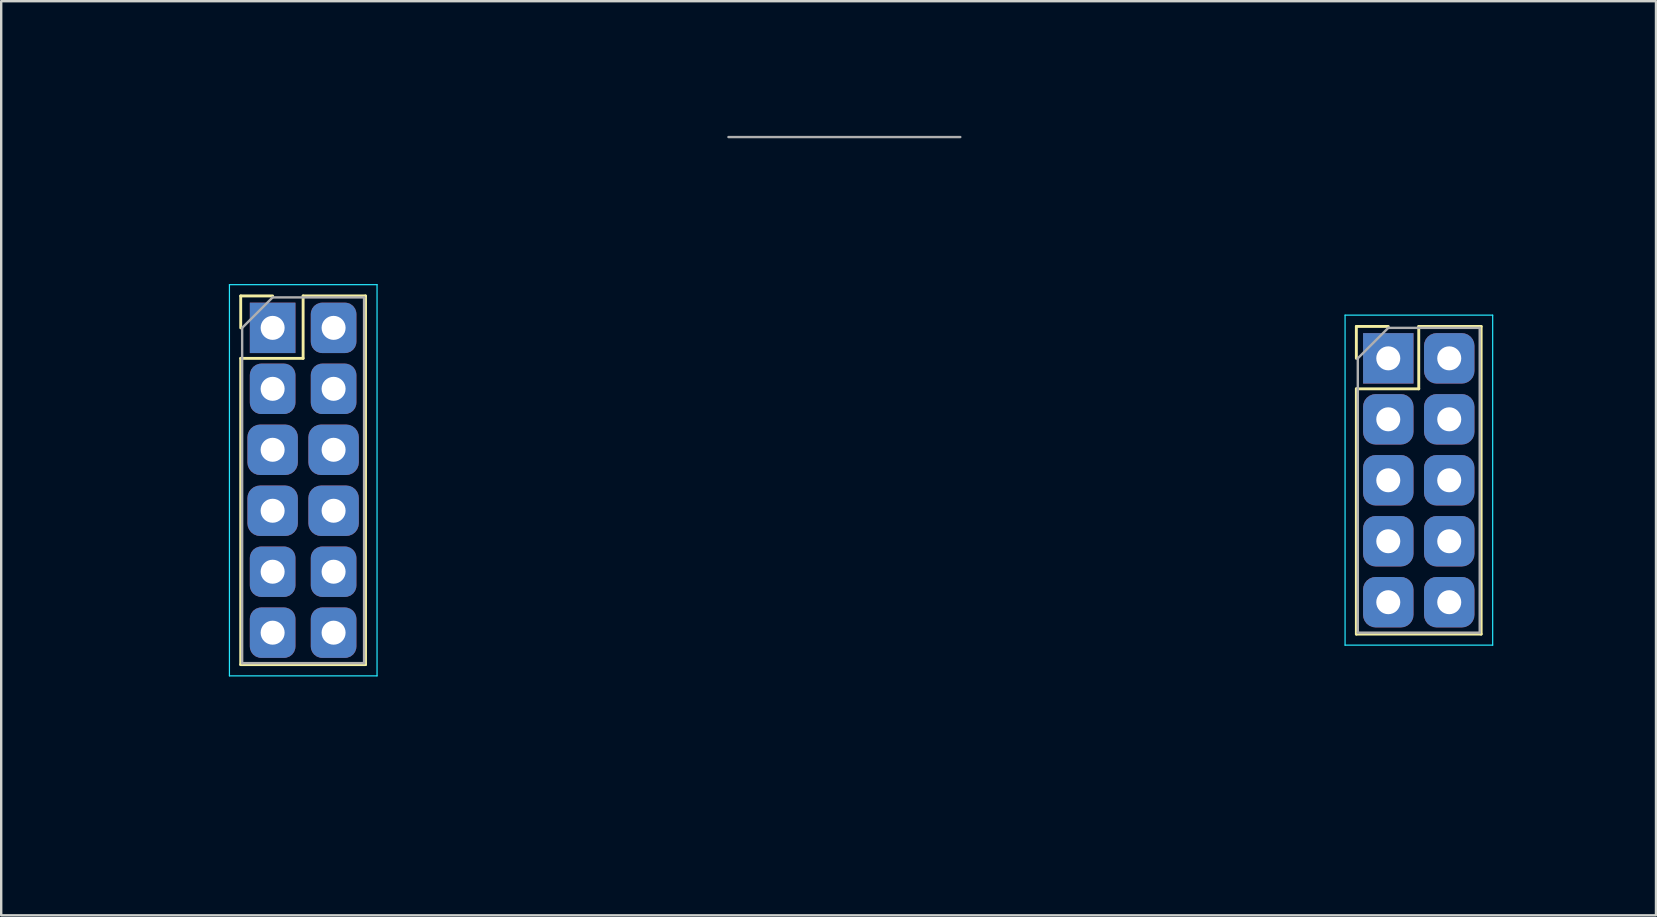
<source format=kicad_pcb>
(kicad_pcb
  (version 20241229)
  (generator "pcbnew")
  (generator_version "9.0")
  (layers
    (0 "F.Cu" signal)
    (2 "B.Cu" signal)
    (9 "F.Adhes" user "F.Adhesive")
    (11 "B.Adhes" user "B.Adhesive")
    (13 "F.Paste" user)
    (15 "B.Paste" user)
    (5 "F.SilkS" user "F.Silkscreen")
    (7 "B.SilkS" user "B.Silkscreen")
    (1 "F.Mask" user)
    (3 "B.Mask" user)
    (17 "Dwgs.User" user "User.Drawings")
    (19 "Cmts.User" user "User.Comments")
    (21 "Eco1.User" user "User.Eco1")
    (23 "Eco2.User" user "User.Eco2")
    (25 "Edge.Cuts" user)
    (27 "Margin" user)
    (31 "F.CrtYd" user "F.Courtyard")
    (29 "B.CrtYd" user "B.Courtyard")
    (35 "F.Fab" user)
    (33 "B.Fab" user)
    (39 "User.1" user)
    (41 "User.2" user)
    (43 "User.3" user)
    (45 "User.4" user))
  (footprint "ModuleDesign"
    (layer "F.Cu")
    (at 32.82 16.96)
    (property "Reference" "ModuleDesign" (at -27.6 -13.8 0) (layer "Eco2.User") (effects (font (size 1 1) (thickness 0.15))))
    (property "Value" "ModuleDesign" (at -22.1 -13.9 0) (layer "Eco2.User") (hide yes) (effects (font (size 1 1) (thickness 0.15))))
    (attr through_hole)
    (fp_line (start -25.841 -7.68) (end -24.511 -7.68) (stroke (width 0.12) (type solid)) (layer "F.SilkS"))
    (fp_line (start -25.841 -6.35) (end -25.841 -7.68) (stroke (width 0.12) (type solid)) (layer "F.SilkS"))
    (fp_line (start -25.841 -5.08) (end -25.841 7.68) (stroke (width 0.12) (type solid)) (layer "F.SilkS"))
    (fp_line (start -25.841 -5.08) (end -23.241 -5.08) (stroke (width 0.12) (type solid)) (layer "F.SilkS"))
    (fp_line (start -25.841 7.68) (end -20.641 7.68) (stroke (width 0.12) (type solid)) (layer "F.SilkS"))
    (fp_line (start -23.241 -7.68) (end -20.641 -7.68) (stroke (width 0.12) (type solid)) (layer "F.SilkS"))
    (fp_line (start -23.241 -5.08) (end -23.241 -7.68) (stroke (width 0.12) (type solid)) (layer "F.SilkS"))
    (fp_line (start -20.641 -7.68) (end -20.641 7.68) (stroke (width 0.12) (type solid)) (layer "F.SilkS"))
    (fp_line (start 20.641 -6.41) (end 21.971 -6.41) (stroke (width 0.12) (type solid)) (layer "F.SilkS"))
    (fp_line (start 20.641 -5.08) (end 20.641 -6.41) (stroke (width 0.12) (type solid)) (layer "F.SilkS"))
    (fp_line (start 20.641 -3.81) (end 20.641 6.41) (stroke (width 0.12) (type solid)) (layer "F.SilkS"))
    (fp_line (start 20.641 -3.81) (end 23.241 -3.81) (stroke (width 0.12) (type solid)) (layer "F.SilkS"))
    (fp_line (start 20.641 6.41) (end 25.841 6.41) (stroke (width 0.12) (type solid)) (layer "F.SilkS"))
    (fp_line (start 23.241 -6.41) (end 25.841 -6.41) (stroke (width 0.12) (type solid)) (layer "F.SilkS"))
    (fp_line (start 23.241 -3.81) (end 23.241 -6.41) (stroke (width 0.12) (type solid)) (layer "F.SilkS"))
    (fp_line (start 25.841 -6.41) (end 25.841 6.41) (stroke (width 0.12) (type solid)) (layer "F.SilkS"))
    (fp_line (start -30 -15) (end -30 15) (stroke (width 0.25) (type solid)) (layer "Eco2.User"))
    (fp_line (start -30 -15) (end 30 -15) (stroke (width 0.25) (type solid)) (layer "Eco2.User"))
    (fp_line (start -5.56 -6.3) (end -5.52 -14.3) (stroke (width 0.1) (type solid)) (layer "Eco2.User"))
    (fp_line (start -4.118 -9.245) (end -2.026 -11.338) (stroke (width 0.1) (type solid)) (layer "Eco2.User"))
    (fp_line (start -3.935 -9.062) (end -1.843 -11.155) (stroke (width 0.1) (type solid)) (layer "Eco2.User"))
    (fp_line (start -3.9 -16.8) (end -3.9 -13.8) (stroke (width 0.12) (type solid)) (layer "Eco2.User"))
    (fp_line (start -3.9 -13.8) (end -3.5 -13.3) (stroke (width 0.12) (type solid)) (layer "Eco2.User"))
    (fp_line (start -3.5 -13.3) (end -3.5 -11.5) (stroke (width 0.12) (type solid)) (layer "Eco2.User"))
    (fp_line (start -3.5 -11.5) (end -2.4 -11.5) (stroke (width 0.12) (type solid)) (layer "Eco2.User"))
    (fp_line (start -2.4 -13.3) (end -1.9 -13.9) (stroke (width 0.12) (type solid)) (layer "Eco2.User"))
    (fp_line (start -2.4 -11.5) (end -2.4 -13.3) (stroke (width 0.12) (type solid)) (layer "Eco2.User"))
    (fp_line (start -1.9 -16.8) (end -3.9 -16.8) (stroke (width 0.12) (type solid)) (layer "Eco2.User"))
    (fp_line (start -1.9 -13.9) (end -1.9 -16.8) (stroke (width 0.12) (type solid)) (layer "Eco2.User"))
    (fp_line (start 0.962 -9.245) (end 3.055 -11.338) (stroke (width 0.1) (type solid)) (layer "Eco2.User"))
    (fp_line (start 1.145 -9.062) (end 3.238 -11.155) (stroke (width 0.1) (type solid)) (layer "Eco2.User"))
    (fp_line (start 1.2 -16.9) (end 1.2 -13.9) (stroke (width 0.12) (type solid)) (layer "Eco2.User"))
    (fp_line (start 1.2 -13.9) (end 1.6 -13.4) (stroke (width 0.12) (type solid)) (layer "Eco2.User"))
    (fp_line (start 1.6 -13.4) (end 1.6 -11.6) (stroke (width 0.12) (type solid)) (layer "Eco2.User"))
    (fp_line (start 1.6 -11.6) (end 2.7 -11.6) (stroke (width 0.12) (type solid)) (layer "Eco2.User"))
    (fp_line (start 2.7 -13.4) (end 3.2 -14) (stroke (width 0.12) (type solid)) (layer "Eco2.User"))
    (fp_line (start 2.7 -11.6) (end 2.7 -13.4) (stroke (width 0.12) (type solid)) (layer "Eco2.User"))
    (fp_line (start 3.2 -16.9) (end 1.2 -16.9) (stroke (width 0.12) (type solid)) (layer "Eco2.User"))
    (fp_line (start 3.2 -14) (end 3.2 -16.9) (stroke (width 0.12) (type solid)) (layer "Eco2.User"))
    (fp_line (start 4.14 -14.3) (end 4.64 -13.8) (stroke (width 0.1) (type solid)) (layer "Eco2.User"))
    (fp_line (start 4.6 -6.3) (end -5.56 -6.3) (stroke (width 0.1) (type solid)) (layer "Eco2.User"))
    (fp_line (start 4.64 -14.3) (end -5.52 -14.3) (stroke (width 0.1) (type solid)) (layer "Eco2.User"))
    (fp_line (start 4.64 -14.3) (end 4.6 -6.3) (stroke (width 0.1) (type solid)) (layer "Eco2.User"))
    (fp_line (start 4.64 -12.8) (end -5.52 -12.8) (stroke (width 0.1) (type solid)) (layer "Eco2.User"))
    (fp_line (start 4.64 -7.9) (end -5.52 -7.9) (stroke (width 0.1) (type solid)) (layer "Eco2.User"))
    (fp_line (start 30 15) (end -30 15) (stroke (width 0.25) (type solid)) (layer "Eco2.User"))
    (fp_line (start 30 15) (end 30 -15) (stroke (width 0.25) (type solid)) (layer "Eco2.User"))
    (fp_circle (center -2.98 -10.2) (end -1.48 -10.2) (stroke (width 0.1) (type solid)) (fill no) (layer "Eco2.User"))
    (fp_circle (center 2.1 -10.2) (end 3.6 -10.2) (stroke (width 0.1) (type solid)) (fill no) (layer "Eco2.User"))
    (fp_line (start -26.311 -8.15) (end -26.311 8.15) (stroke (width 0.05) (type solid)) (layer "B.CrtYd"))
    (fp_line (start -26.311 8.15) (end -20.161 8.15) (stroke (width 0.05) (type solid)) (layer "B.CrtYd"))
    (fp_line (start -20.161 -8.15) (end -26.311 -8.15) (stroke (width 0.05) (type solid)) (layer "B.CrtYd"))
    (fp_line (start -20.161 8.15) (end -20.161 -8.15) (stroke (width 0.05) (type solid)) (layer "B.CrtYd"))
    (fp_line (start 20.171 -6.88) (end 20.171 6.87) (stroke (width 0.05) (type solid)) (layer "B.CrtYd"))
    (fp_line (start 20.171 6.87) (end 26.321 6.87) (stroke (width 0.05) (type solid)) (layer "B.CrtYd"))
    (fp_line (start 26.321 -6.88) (end 20.171 -6.88) (stroke (width 0.05) (type solid)) (layer "B.CrtYd"))
    (fp_line (start 26.321 6.87) (end 26.321 -6.88) (stroke (width 0.05) (type solid)) (layer "B.CrtYd"))
    (fp_line (start -25.781 -6.35) (end -24.511 -7.62) (stroke (width 0.1) (type solid)) (layer "F.Fab"))
    (fp_line (start -25.781 7.62) (end -25.781 -6.35) (stroke (width 0.1) (type solid)) (layer "F.Fab"))
    (fp_line (start -24.511 -7.62) (end -20.701 -7.62) (stroke (width 0.1) (type solid)) (layer "F.Fab"))
    (fp_line (start -20.701 -7.62) (end -20.701 7.62) (stroke (width 0.1) (type solid)) (layer "F.Fab"))
    (fp_line (start -20.701 7.62) (end -25.781 7.62) (stroke (width 0.1) (type solid)) (layer "F.Fab"))
    (fp_line (start -5.52 -14.3) (end 4.14 -14.3) (stroke (width 0.1) (type solid)) (layer "F.Fab"))
    (fp_line (start 20.701 -5.08) (end 21.971 -6.35) (stroke (width 0.1) (type solid)) (layer "F.Fab"))
    (fp_line (start 20.701 6.35) (end 20.701 -5.08) (stroke (width 0.1) (type solid)) (layer "F.Fab"))
    (fp_line (start 21.971 -6.35) (end 25.781 -6.35) (stroke (width 0.1) (type solid)) (layer "F.Fab"))
    (fp_line (start 25.781 -6.35) (end 25.781 6.35) (stroke (width 0.1) (type solid)) (layer "F.Fab"))
    (fp_line (start 25.781 6.35) (end 20.701 6.35) (stroke (width 0.1) (type solid)) (layer "F.Fab"))
    (fp_text user "${VALUE}" (at -0.3 -0.4 180) (layer "Eco2.User") (effects (font (size 3 3) (thickness 0.3))))
    (pad "1" thru_hole rect (at -24.511 -6.35) (size 1.9 2.1) (drill 1) (layers "*.Cu" "*.Mask"))
    (pad "2" thru_hole roundrect (at -21.971 -6.35) (size 1.9 2.1) (drill 1) (layers "*.Cu" "*.Mask") (roundrect_rratio 0.25))
    (pad "3" thru_hole roundrect (at -24.511 -3.81) (size 1.9 2.1) (drill 1) (layers "*.Cu" "*.Mask") (roundrect_rratio 0.25))
    (pad "4" thru_hole roundrect (at -21.971 -3.81) (size 1.9 2.1) (drill 1) (layers "*.Cu" "*.Mask") (roundrect_rratio 0.25))
    (pad "5" thru_hole roundrect (at -24.511 -1.27) (size 2.1 2.1) (drill 1) (layers "*.Cu" "*.Mask") (roundrect_rratio 0.25))
    (pad "6" thru_hole roundrect (at -21.971 -1.27) (size 2.1 2.1) (drill 1) (layers "*.Cu" "*.Mask") (roundrect_rratio 0.25))
    (pad "7" thru_hole roundrect (at -24.511 1.27) (size 2.1 2.1) (drill 1) (layers "*.Cu" "*.Mask") (roundrect_rratio 0.25))
    (pad "8" thru_hole roundrect (at -21.971 1.27) (size 2.1 2.1) (drill 1) (layers "*.Cu" "*.Mask") (roundrect_rratio 0.25))
    (pad "9" thru_hole roundrect (at -24.511 3.81) (size 1.9 2.1) (drill 1) (layers "*.Cu" "*.Mask") (roundrect_rratio 0.25))
    (pad "10" thru_hole roundrect (at -21.971 3.81) (size 1.9 2.1) (drill 1) (layers "*.Cu" "*.Mask") (roundrect_rratio 0.25))
    (pad "11" thru_hole roundrect (at -24.511 6.35) (size 1.9 2.1) (drill 1) (layers "*.Cu" "*.Mask") (roundrect_rratio 0.25))
    (pad "12" thru_hole roundrect (at -21.971 6.35) (size 1.9 2.1) (drill 1) (layers "*.Cu" "*.Mask") (roundrect_rratio 0.25))
    (pad "13" thru_hole rect (at 21.971 -5.08) (size 2.1 2.1) (drill 1) (layers "*.Cu" "*.Mask"))
    (pad "14" thru_hole roundrect (at 24.511 -5.08) (size 2.1 2.1) (drill 1) (layers "*.Cu" "*.Mask") (roundrect_rratio 0.25))
    (pad "15" thru_hole roundrect (at 21.971 -2.54) (size 2.1 2.1) (drill 1) (layers "*.Cu" "*.Mask") (roundrect_rratio 0.25))
    (pad "16" thru_hole roundrect (at 24.511 -2.54) (size 2.1 2.1) (drill 1) (layers "*.Cu" "*.Mask") (roundrect_rratio 0.25))
    (pad "17" thru_hole roundrect (at 21.971 0) (size 2.1 2.1) (drill 1) (layers "*.Cu" "*.Mask") (roundrect_rratio 0.25))
    (pad "18" thru_hole roundrect (at 24.51 0) (size 2.1 2.1) (drill 1) (layers "*.Cu" "*.Mask") (roundrect_rratio 0.25))
    (pad "19" thru_hole roundrect (at 21.971 2.54) (size 2.1 2.1) (drill 1) (layers "*.Cu" "*.Mask") (roundrect_rratio 0.25))
    (pad "20" thru_hole roundrect (at 24.511 2.54) (size 2.1 2.1) (drill 1) (layers "*.Cu" "*.Mask") (roundrect_rratio 0.25))
    (pad "21" thru_hole roundrect (at 21.971 5.08) (size 2.1 2.1) (drill 1) (layers "*.Cu" "*.Mask") (roundrect_rratio 0.25))
    (pad "22" thru_hole roundrect (at 24.511 5.08) (size 2.1 2.1) (drill 1) (layers "*.Cu" "*.Mask") (roundrect_rratio 0.25)))
  (gr_rect
    (start -3 -3)
    (end 65.945 35.085)
    (stroke (width 0.1) (type default))
    (fill no)
    (layer "Edge.Cuts")))
</source>
